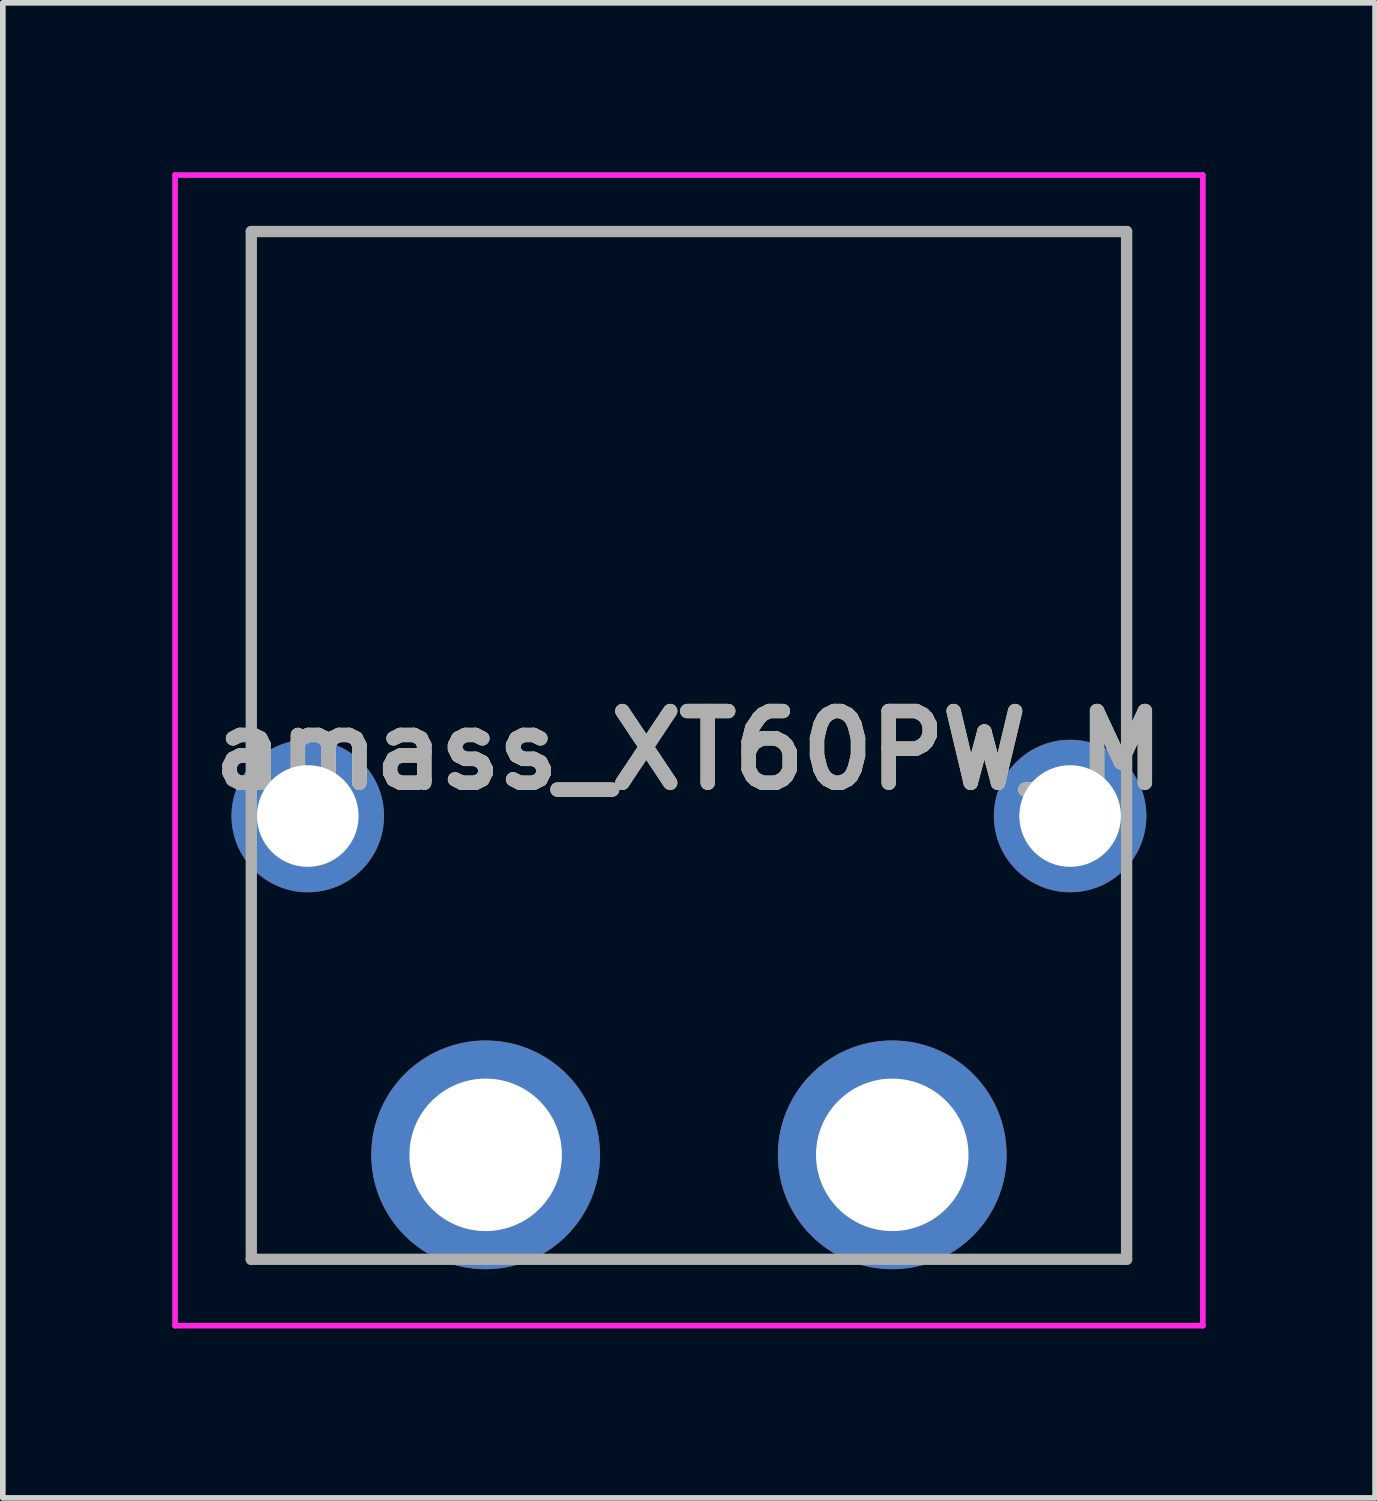
<source format=kicad_pcb>
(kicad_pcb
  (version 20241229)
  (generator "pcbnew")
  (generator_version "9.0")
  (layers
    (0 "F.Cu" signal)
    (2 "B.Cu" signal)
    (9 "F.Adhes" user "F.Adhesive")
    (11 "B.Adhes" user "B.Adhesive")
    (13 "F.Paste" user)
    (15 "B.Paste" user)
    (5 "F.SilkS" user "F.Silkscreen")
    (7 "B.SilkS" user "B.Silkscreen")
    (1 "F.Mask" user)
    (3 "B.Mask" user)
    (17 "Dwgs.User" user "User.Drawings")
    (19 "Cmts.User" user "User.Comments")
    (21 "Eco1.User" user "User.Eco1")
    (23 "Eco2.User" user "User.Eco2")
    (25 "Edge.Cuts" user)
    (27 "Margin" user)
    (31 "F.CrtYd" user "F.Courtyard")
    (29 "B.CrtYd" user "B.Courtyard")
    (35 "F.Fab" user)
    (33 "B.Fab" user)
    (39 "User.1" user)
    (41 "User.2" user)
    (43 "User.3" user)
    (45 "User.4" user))
  (footprint "amass_XT60PW_M"
    (layer "F.Cu")
    (at 9.15 17.4)
    (property "Reference" "amass_XT60PW_M" (at 0 -7.163 0) (layer "F.SilkS") (effects (font (size 1.27 1.27) (thickness 0.254))))
    (attr through_hole)
    (fp_line (start -7.75 -16.35) (end 7.75 -16.35) (stroke (width 0.1) (type solid)) (layer "F.SilkS"))
    (fp_line (start -7.75 -7) (end -7.75 -16.35) (stroke (width 0.1) (type solid)) (layer "F.SilkS"))
    (fp_line (start -7.75 -3) (end -7.75 1.85) (stroke (width 0.1) (type solid)) (layer "F.SilkS"))
    (fp_line (start -7.75 1.85) (end -5.6 1.85) (stroke (width 0.1) (type solid)) (layer "F.SilkS"))
    (fp_line (start 5.4 1.85) (end 7.75 1.85) (stroke (width 0.1) (type solid)) (layer "F.SilkS"))
    (fp_line (start 7.75 -16.35) (end 7.75 -7) (stroke (width 0.1) (type solid)) (layer "F.SilkS"))
    (fp_line (start 7.75 1.85) (end 7.75 -3) (stroke (width 0.1) (type solid)) (layer "F.SilkS"))
    (fp_line (start -9.1 -17.35) (end 9.1 -17.35) (stroke (width 0.1) (type solid)) (layer "F.CrtYd"))
    (fp_line (start -9.1 3.025) (end -9.1 -17.35) (stroke (width 0.1) (type solid)) (layer "F.CrtYd"))
    (fp_line (start 9.1 -17.35) (end 9.1 3.025) (stroke (width 0.1) (type solid)) (layer "F.CrtYd"))
    (fp_line (start 9.1 3.025) (end -9.1 3.025) (stroke (width 0.1) (type solid)) (layer "F.CrtYd"))
    (fp_line (start -7.75 -16.35) (end 7.75 -16.35) (stroke (width 0.2) (type solid)) (layer "F.Fab"))
    (fp_line (start -7.75 1.85) (end -7.75 -16.35) (stroke (width 0.2) (type solid)) (layer "F.Fab"))
    (fp_line (start 7.75 -16.35) (end 7.75 1.85) (stroke (width 0.2) (type solid)) (layer "F.Fab"))
    (fp_line (start 7.75 1.85) (end -7.75 1.85) (stroke (width 0.2) (type solid)) (layer "F.Fab"))
    (fp_text user "${REFERENCE}" (at 0 -7.163 0) (layer "F.Fab") (effects (font (size 1.27 1.27) (thickness 0.254))))
    (pad "1" thru_hole circle (at -3.6 0) (size 4.05 4.05) (drill 2.7) (layers "*.Cu" "*.Mask"))
    (pad "2" thru_hole circle (at 3.6 0) (size 4.05 4.05) (drill 2.7) (layers "*.Cu" "*.Mask"))
    (pad "3" thru_hole circle (at 6.75 -6) (size 2.7 2.7) (drill 1.8) (layers "*.Cu" "*.Mask"))
    (pad "4" thru_hole circle (at -6.75 -6) (size 2.7 2.7) (drill 1.8) (layers "*.Cu" "*.Mask")))
  (gr_rect
    (start -3 -3)
    (end 21.3 23.475)
    (stroke (width 0.1) (type default))
    (fill no)
    (layer "Edge.Cuts")))
</source>
